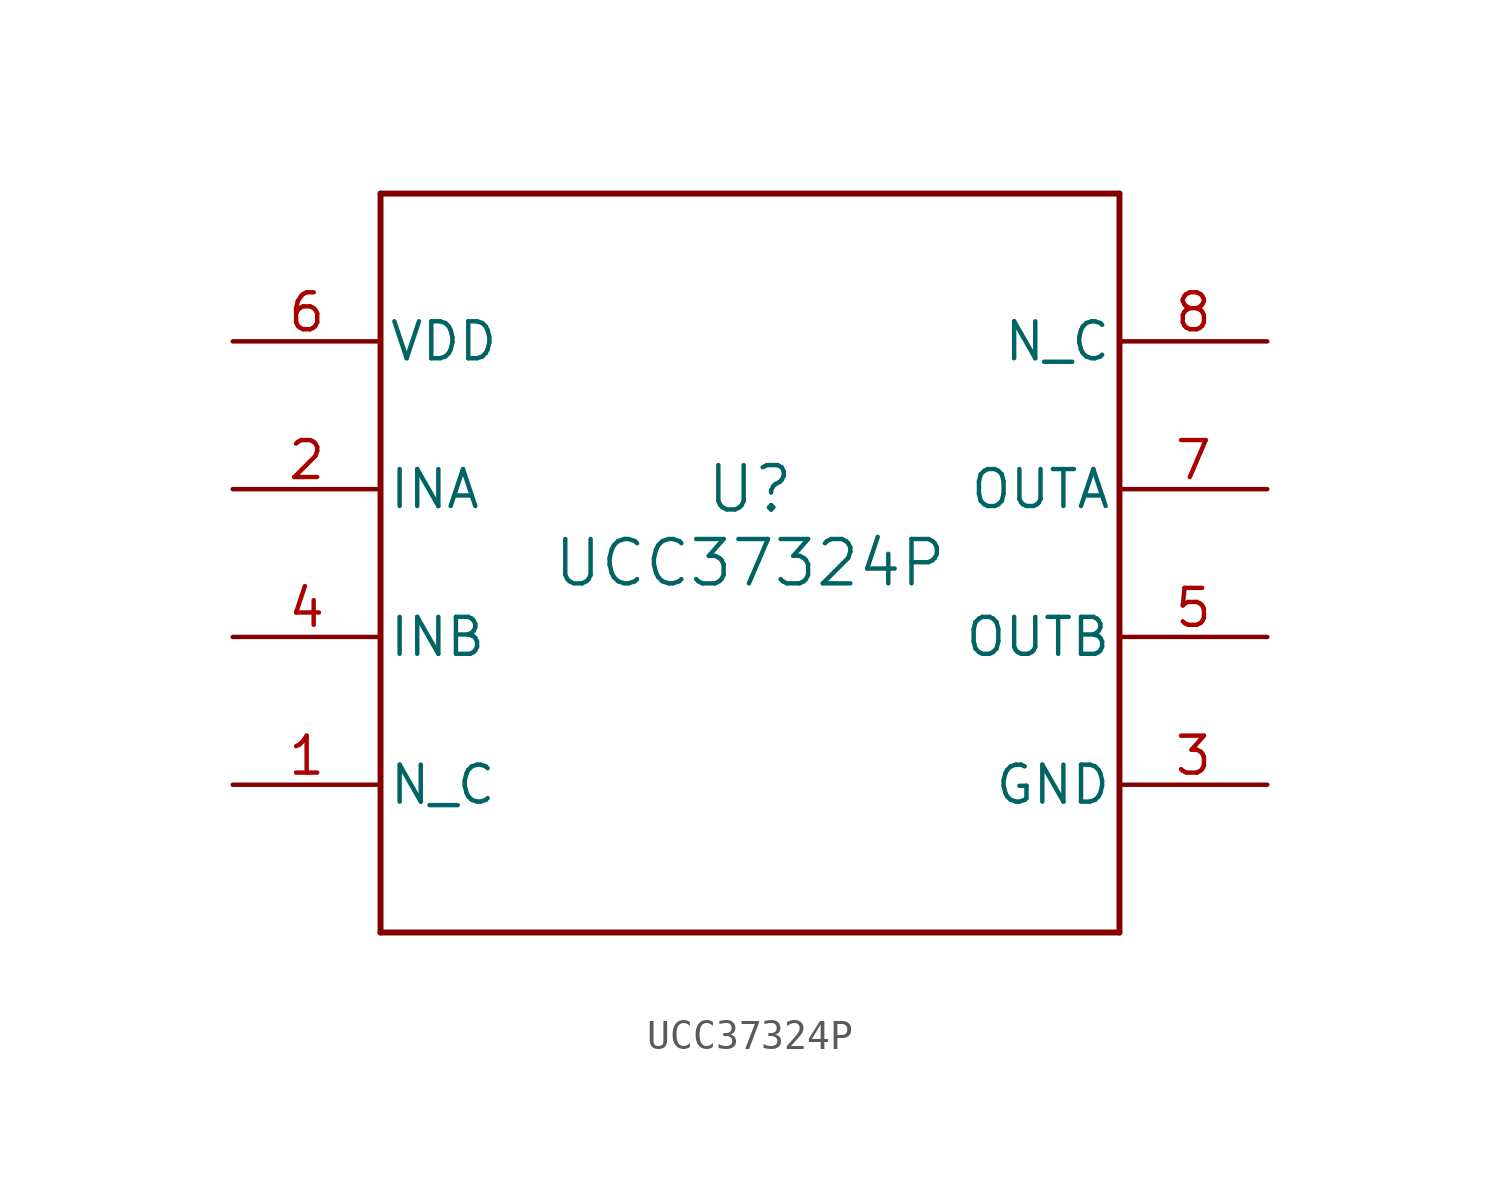
<source format=kicad_sym>
(kicad_symbol_lib
  (version 20211014)
  (generator kicad_symbol_editor)
  (symbol "UCC37324P"
    (pin_names
      (offset 0.254))
    (property "Reference" "U"
      (at 0 2.54 0)
      (effects (font (size 1.524 1.524))))
    (property "Value" "UCC37324P"
      (at 0 0 0)
      (effects (font (size 1.524 1.524))))
    (symbol "UCC37324P_0_1"
      (polyline (pts (xy -12.7 -12.7) (xy 12.7 -12.7)) (stroke (width 0.203) (type default) (color 0 0 0 0)) (fill (type none)))
      (polyline (pts (xy 12.7 -12.7) (xy 12.7 12.7)) (stroke (width 0.203) (type default) (color 0 0 0 0)) (fill (type none)))
      (polyline (pts (xy 12.7 12.7) (xy -12.7 12.7)) (stroke (width 0.203) (type default) (color 0 0 0 0)) (fill (type none)))
      (polyline (pts (xy -12.7 12.7) (xy -12.7 -12.7)) (stroke (width 0.203) (type default) (color 0 0 0 0)) (fill (type none)))
      (pin unspecified line (at -17.78 -7.62 0) (length 5.08) (name "N_C" (effects (font (size 1.27 1.27)))) (number "1" (effects (font (size 1.27 1.27)))))
      (pin input line (at -17.78 2.54 0) (length 5.08) (name "INA" (effects (font (size 1.27 1.27)))) (number "2" (effects (font (size 1.27 1.27)))))
      (pin power_in line (at 17.78 -7.62 180) (length 5.08) (name "GND" (effects (font (size 1.27 1.27)))) (number "3" (effects (font (size 1.27 1.27)))))
      (pin input line (at -17.78 -2.54 0) (length 5.08) (name "INB" (effects (font (size 1.27 1.27)))) (number "4" (effects (font (size 1.27 1.27)))))
      (pin output line (at 17.78 -2.54 180) (length 5.08) (name "OUTB" (effects (font (size 1.27 1.27)))) (number "5" (effects (font (size 1.27 1.27)))))
      (pin power_in line (at -17.78 7.62 0) (length 5.08) (name "VDD" (effects (font (size 1.27 1.27)))) (number "6" (effects (font (size 1.27 1.27)))))
      (pin output line (at 17.78 2.54 180) (length 5.08) (name "OUTA" (effects (font (size 1.27 1.27)))) (number "7" (effects (font (size 1.27 1.27)))))
      (pin unspecified line (at 17.78 7.62 180) (length 5.08) (name "N_C" (effects (font (size 1.27 1.27)))) (number "8" (effects (font (size 1.27 1.27))))))))
</source>
